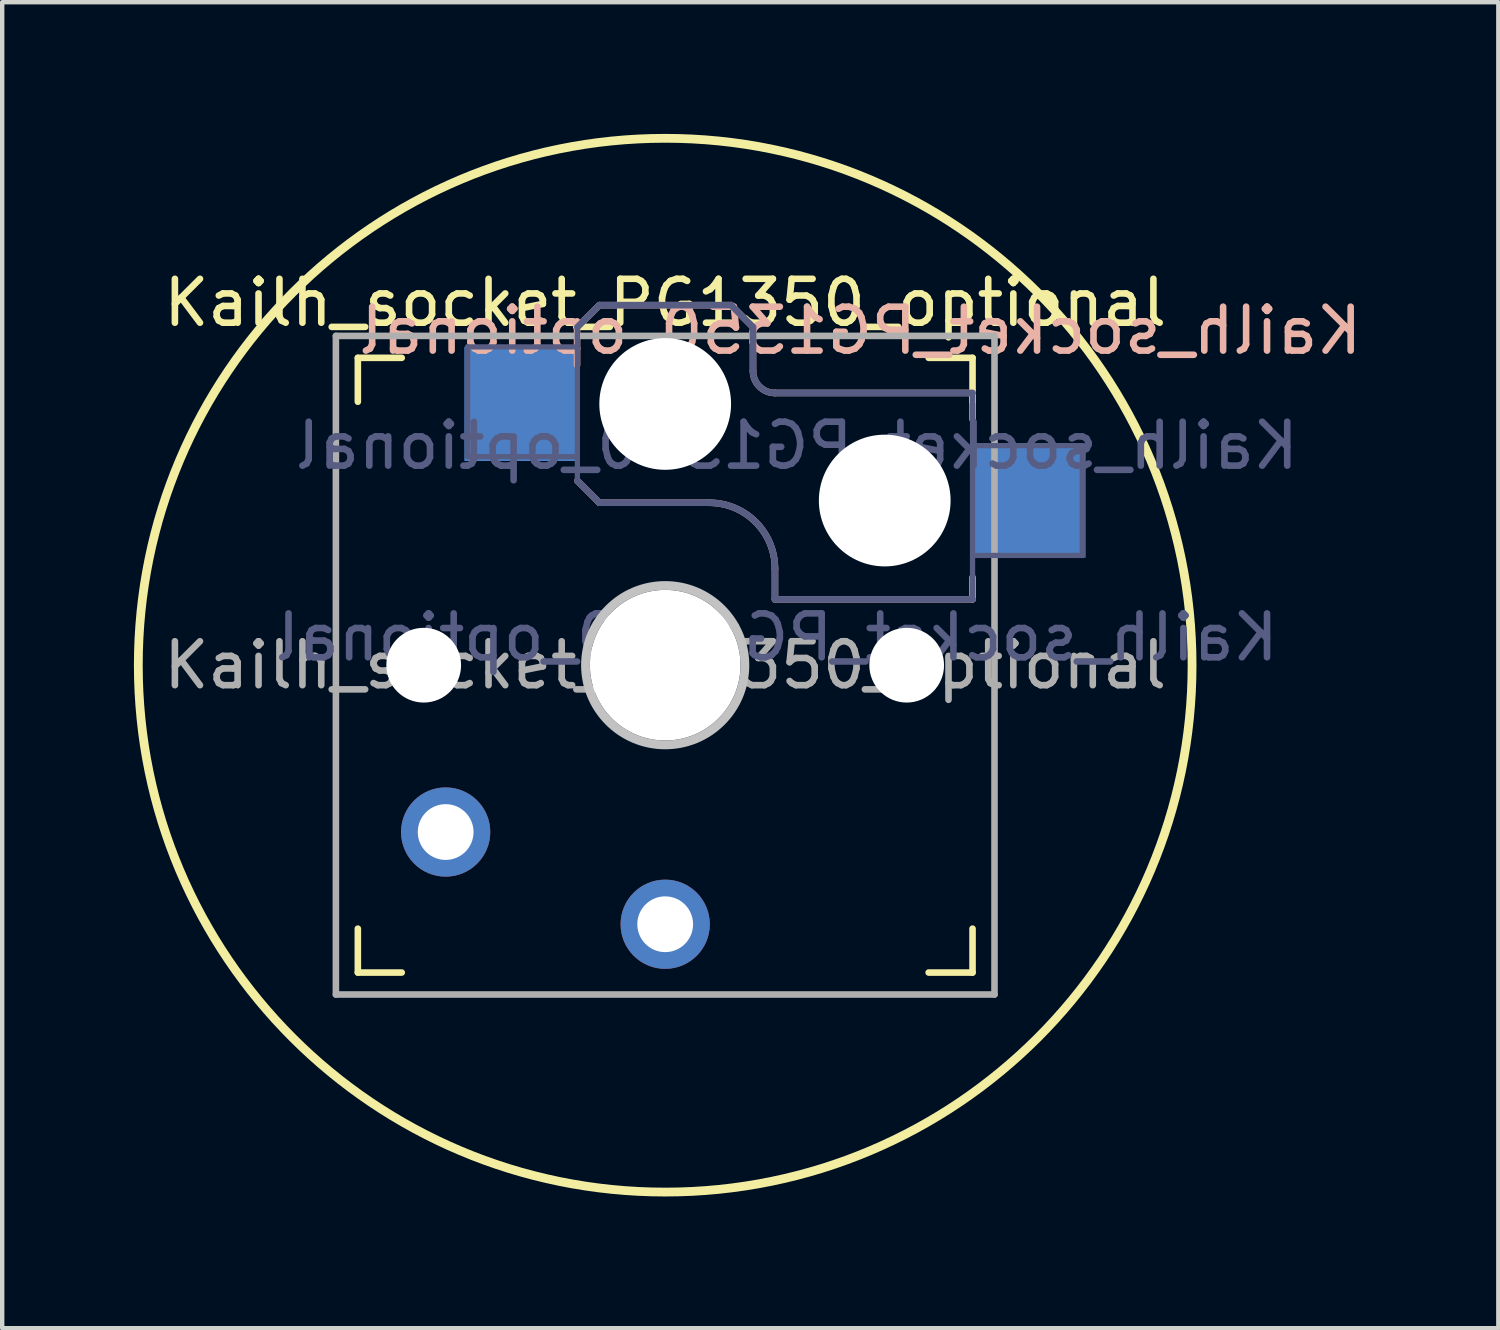
<source format=kicad_pcb>
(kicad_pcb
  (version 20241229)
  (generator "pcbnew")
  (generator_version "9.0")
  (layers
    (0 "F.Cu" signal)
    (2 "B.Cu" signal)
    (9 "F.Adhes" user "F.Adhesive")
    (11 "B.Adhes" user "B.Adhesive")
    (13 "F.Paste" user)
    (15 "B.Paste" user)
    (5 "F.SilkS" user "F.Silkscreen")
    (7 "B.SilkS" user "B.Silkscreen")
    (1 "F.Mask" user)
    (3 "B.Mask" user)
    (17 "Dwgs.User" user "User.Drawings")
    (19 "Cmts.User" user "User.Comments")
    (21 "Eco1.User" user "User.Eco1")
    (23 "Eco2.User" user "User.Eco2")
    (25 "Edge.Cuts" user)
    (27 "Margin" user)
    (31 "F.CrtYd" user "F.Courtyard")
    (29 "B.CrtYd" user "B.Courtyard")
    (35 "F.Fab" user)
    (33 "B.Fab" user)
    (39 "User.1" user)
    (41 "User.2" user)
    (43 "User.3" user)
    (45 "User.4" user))
  (footprint "Kailh_socket_PG1350_optional"
    (layer "F.Cu")
    (at 12.1 12.1)
    (property "Reference" "Kailh_socket_PG1350_optional" (at 0 -8.255 0) (layer "F.SilkS") (effects (font (size 1 1) (thickness 0.15))))
    (property "Value" "Kailh_socket_PG1350_optional" (at 0 8.25 0) (layer "F.Fab") (hide yes) (effects (font (size 1 1) (thickness 0.15))))
    (attr through_hole)
    (fp_line (start -7 -6) (end -7 -7) (stroke (width 0.15) (type solid)) (layer "F.SilkS"))
    (fp_line (start -7 7) (end -7 6) (stroke (width 0.15) (type solid)) (layer "F.SilkS"))
    (fp_line (start -7 7) (end -6 7) (stroke (width 0.15) (type solid)) (layer "F.SilkS"))
    (fp_line (start -6 -7) (end -7 -7) (stroke (width 0.15) (type solid)) (layer "F.SilkS"))
    (fp_line (start 6 7) (end 7 7) (stroke (width 0.15) (type solid)) (layer "F.SilkS"))
    (fp_line (start 7 -7) (end 6 -7) (stroke (width 0.15) (type solid)) (layer "F.SilkS"))
    (fp_line (start 7 -7) (end 7 -6) (stroke (width 0.15) (type solid)) (layer "F.SilkS"))
    (fp_line (start 7 6) (end 7 7) (stroke (width 0.15) (type solid)) (layer "F.SilkS"))
    (fp_circle (center 0 0) (end 12 0) (stroke (width 0.2) (type default)) (fill no) (layer "F.SilkS"))
    (fp_line (start -2 -7.7) (end -1.5 -8.2) (stroke (width 0.15) (type solid)) (layer "B.SilkS"))
    (fp_line (start -2 -4.2) (end -1.5 -3.7) (stroke (width 0.15) (type solid)) (layer "B.SilkS"))
    (fp_line (start -1.5 -8.2) (end 1.5 -8.2) (stroke (width 0.15) (type solid)) (layer "B.SilkS"))
    (fp_line (start -1.5 -3.7) (end 1 -3.7) (stroke (width 0.15) (type solid)) (layer "B.SilkS"))
    (fp_line (start 1.5 -8.2) (end 2 -7.7) (stroke (width 0.15) (type solid)) (layer "B.SilkS"))
    (fp_line (start 2 -6.7) (end 2 -7.7) (stroke (width 0.15) (type solid)) (layer "B.SilkS"))
    (fp_line (start 2.5 -2.2) (end 2.5 -1.5) (stroke (width 0.15) (type solid)) (layer "B.SilkS"))
    (fp_line (start 2.5 -1.5) (end 7 -1.5) (stroke (width 0.15) (type solid)) (layer "B.SilkS"))
    (fp_line (start 7 -6.2) (end 2.5 -6.2) (stroke (width 0.15) (type solid)) (layer "B.SilkS"))
    (fp_line (start 7 -5.6) (end 7 -6.2) (stroke (width 0.15) (type solid)) (layer "B.SilkS"))
    (fp_line (start 7 -1.5) (end 7 -2) (stroke (width 0.15) (type solid)) (layer "B.SilkS"))
    (fp_arc (start 1 -3.7) (mid 2.06066 -3.26066) (end 2.5 -2.2) (stroke (width 0.15) (type solid)) (layer "B.SilkS"))
    (fp_arc (start 2.5 -6.2) (mid 2.146447 -6.346447) (end 2 -6.7) (stroke (width 0.15) (type solid)) (layer "B.SilkS"))
    (fp_circle (center 0 0) (end 1.815 0) (stroke (width 0.2) (type default)) (fill no) (layer "Dwgs.User"))
    (fp_line (start -6.9 6.9) (end -6.9 -6.9) (stroke (width 0.15) (type solid)) (layer "Eco2.User"))
    (fp_line (start -6.9 6.9) (end 6.9 6.9) (stroke (width 0.15) (type solid)) (layer "Eco2.User"))
    (fp_line (start -2.6 -3.1) (end -2.6 -6.3) (stroke (width 0.15) (type solid)) (layer "Eco2.User"))
    (fp_line (start -2.6 -3.1) (end 2.6 -3.1) (stroke (width 0.15) (type solid)) (layer "Eco2.User"))
    (fp_line (start 2.6 -6.3) (end -2.6 -6.3) (stroke (width 0.15) (type solid)) (layer "Eco2.User"))
    (fp_line (start 2.6 -3.1) (end 2.6 -6.3) (stroke (width 0.15) (type solid)) (layer "Eco2.User"))
    (fp_line (start 6.9 -6.9) (end -6.9 -6.9) (stroke (width 0.15) (type solid)) (layer "Eco2.User"))
    (fp_line (start 6.9 -6.9) (end 6.9 6.9) (stroke (width 0.15) (type solid)) (layer "Eco2.User"))
    (fp_line (start -4.5 -7.25) (end -2 -7.25) (stroke (width 0.12) (type solid)) (layer "B.Fab"))
    (fp_line (start -4.5 -4.75) (end -4.5 -7.25) (stroke (width 0.12) (type solid)) (layer "B.Fab"))
    (fp_line (start -2 -7.7) (end -1.5 -8.2) (stroke (width 0.15) (type solid)) (layer "B.Fab"))
    (fp_line (start -2 -4.75) (end -4.5 -4.75) (stroke (width 0.12) (type solid)) (layer "B.Fab"))
    (fp_line (start -2 -4.25) (end -2 -7.7) (stroke (width 0.12) (type solid)) (layer "B.Fab"))
    (fp_line (start -2 -4.2) (end -1.5 -3.7) (stroke (width 0.15) (type solid)) (layer "B.Fab"))
    (fp_line (start -1.5 -8.2) (end 1.5 -8.2) (stroke (width 0.15) (type solid)) (layer "B.Fab"))
    (fp_line (start -1.5 -3.7) (end 1 -3.7) (stroke (width 0.15) (type solid)) (layer "B.Fab"))
    (fp_line (start 1.5 -8.2) (end 2 -7.7) (stroke (width 0.15) (type solid)) (layer "B.Fab"))
    (fp_line (start 2 -6.7) (end 2 -7.7) (stroke (width 0.15) (type solid)) (layer "B.Fab"))
    (fp_line (start 2.5 -2.2) (end 2.5 -1.5) (stroke (width 0.15) (type solid)) (layer "B.Fab"))
    (fp_line (start 2.5 -1.5) (end 7 -1.5) (stroke (width 0.15) (type solid)) (layer "B.Fab"))
    (fp_line (start 7 -6.2) (end 2.5 -6.2) (stroke (width 0.15) (type solid)) (layer "B.Fab"))
    (fp_line (start 7 -5) (end 9.5 -5) (stroke (width 0.12) (type solid)) (layer "B.Fab"))
    (fp_line (start 7 -1.5) (end 7 -6.2) (stroke (width 0.12) (type solid)) (layer "B.Fab"))
    (fp_line (start 9.5 -5) (end 9.5 -2.5) (stroke (width 0.12) (type solid)) (layer "B.Fab"))
    (fp_line (start 9.5 -2.5) (end 7 -2.5) (stroke (width 0.12) (type solid)) (layer "B.Fab"))
    (fp_arc (start 1 -3.7) (mid 2.06066 -3.26066) (end 2.5 -2.2) (stroke (width 0.15) (type solid)) (layer "B.Fab"))
    (fp_arc (start 2.5 -6.2) (mid 2.146447 -6.346447) (end 2 -6.7) (stroke (width 0.15) (type solid)) (layer "B.Fab"))
    (fp_line (start -7.5 -7.5) (end 7.5 -7.5) (stroke (width 0.15) (type solid)) (layer "F.Fab"))
    (fp_line (start -7.5 7.5) (end -7.5 -7.5) (stroke (width 0.15) (type solid)) (layer "F.Fab"))
    (fp_line (start 7.5 -7.5) (end 7.5 7.5) (stroke (width 0.15) (type solid)) (layer "F.Fab"))
    (fp_line (start 7.5 7.5) (end -7.5 7.5) (stroke (width 0.15) (type solid)) (layer "F.Fab"))
    (fp_text user "${REFERENCE}" (at 4.445 -7.62 0) (layer "B.SilkS") (effects (font (size 1 1) (thickness 0.15)) (justify mirror)))
    (fp_text user "${VALUE}" (at 2.54 -0.635 0) (layer "B.Fab") (effects (font (size 1 1) (thickness 0.15)) (justify mirror)))
    (fp_text user "${REFERENCE}" (at 3 -5 180) (layer "B.Fab") (effects (font (size 1 1) (thickness 0.15)) (justify mirror)))
    (fp_text user "${REFERENCE}" (at 0 0 0) (layer "F.Fab") (effects (font (size 1 1) (thickness 0.15))))
    (pad "" np_thru_hole circle (at -5.5 0) (size 1.702 1.702) (drill 1.702) (layers "*.Cu" "*.Mask"))
    (pad "" np_thru_hole circle (at 0 -5.95) (size 3 3) (drill 3) (layers "*.Cu" "*.Mask"))
    (pad "" np_thru_hole circle (at 0 0) (size 3.429 3.429) (drill 3.429) (layers "*.Cu" "*.Mask"))
    (pad "" np_thru_hole circle (at 5 -3.75) (size 3 3) (drill 3) (layers "*.Cu" "*.Mask"))
    (pad "" np_thru_hole circle (at 5.5 0) (size 1.702 1.702) (drill 1.702) (layers "*.Cu" "*.Mask"))
    (pad "1" smd rect (at -3.275 -5.95) (size 2.6 2.6) (layers "B.Cu" "B.Mask" "B.Paste"))
    (pad "1" thru_hole circle (at 0 5.9) (size 2.032 2.032) (drill 1.27) (layers "*.Cu" "*.Mask"))
    (pad "2" thru_hole circle (at -5 3.8) (size 2.032 2.032) (drill 1.27) (layers "*.Cu" "*.Mask"))
    (pad "2" smd rect (at 8.275 -3.75) (size 2.6 2.6) (layers "B.Cu" "B.Mask" "B.Paste")))
  (gr_rect
    (start -3 -3)
    (end 31.075 27.2)
    (stroke (width 0.1) (type default))
    (fill no)
    (layer "Edge.Cuts")))
</source>
